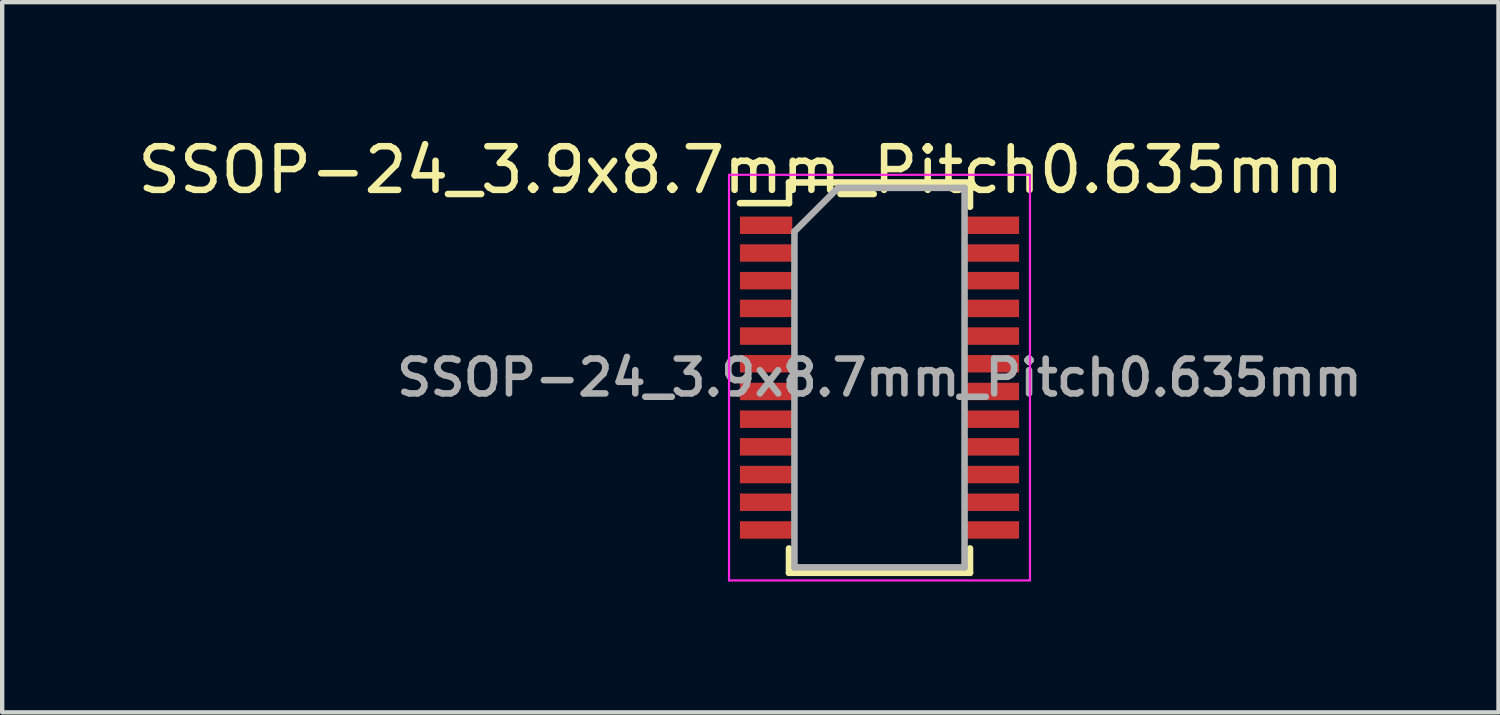
<source format=kicad_pcb>
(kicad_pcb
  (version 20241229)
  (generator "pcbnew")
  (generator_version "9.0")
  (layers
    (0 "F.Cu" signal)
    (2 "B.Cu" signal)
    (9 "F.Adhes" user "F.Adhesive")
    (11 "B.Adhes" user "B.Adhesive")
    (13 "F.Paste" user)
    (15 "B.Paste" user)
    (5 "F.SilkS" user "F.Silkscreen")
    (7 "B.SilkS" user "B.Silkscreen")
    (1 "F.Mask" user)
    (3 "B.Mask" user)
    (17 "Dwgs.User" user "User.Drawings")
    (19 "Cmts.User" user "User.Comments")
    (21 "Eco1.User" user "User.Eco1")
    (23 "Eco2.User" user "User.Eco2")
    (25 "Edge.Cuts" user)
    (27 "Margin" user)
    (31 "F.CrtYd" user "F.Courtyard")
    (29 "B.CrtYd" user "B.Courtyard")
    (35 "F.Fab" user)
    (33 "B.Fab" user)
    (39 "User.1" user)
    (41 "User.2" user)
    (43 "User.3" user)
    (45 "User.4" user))
  (footprint "SSOP-24_3.9x8.7mm_Pitch0.635mm"
    (layer "F.Cu")
    (at 17.115 5.608)
    (property "Reference" "SSOP-24_3.9x8.7mm_Pitch0.635mm" (at -3.18 -4.76 0) (layer "F.SilkS") (effects (font (size 1 1) (thickness 0.15))))
    (attr smd)
    (fp_line (start -2.075 -4.475) (end -2.075 -4) (stroke (width 0.15) (type solid)) (layer "F.SilkS"))
    (fp_line (start -2.075 -4.475) (end 2.075 -4.475) (stroke (width 0.15) (type solid)) (layer "F.SilkS"))
    (fp_line (start -2.075 -4) (end -3.2 -4) (stroke (width 0.15) (type solid)) (layer "F.SilkS"))
    (fp_line (start -2.075 4.475) (end -2.075 3.917) (stroke (width 0.15) (type solid)) (layer "F.SilkS"))
    (fp_line (start -2.075 4.475) (end 2.075 4.475) (stroke (width 0.15) (type solid)) (layer "F.SilkS"))
    (fp_line (start 2.075 -4.475) (end 2.075 -3.917) (stroke (width 0.15) (type solid)) (layer "F.SilkS"))
    (fp_line (start 2.075 4.475) (end 2.075 3.917) (stroke (width 0.15) (type solid)) (layer "F.SilkS"))
    (fp_line (start -3.45 -4.65) (end -3.45 4.65) (stroke (width 0.05) (type solid)) (layer "F.CrtYd"))
    (fp_line (start -3.45 -4.65) (end 3.45 -4.65) (stroke (width 0.05) (type solid)) (layer "F.CrtYd"))
    (fp_line (start -3.45 4.65) (end 3.45 4.65) (stroke (width 0.05) (type solid)) (layer "F.CrtYd"))
    (fp_line (start 3.45 -4.65) (end 3.45 4.65) (stroke (width 0.05) (type solid)) (layer "F.CrtYd"))
    (fp_line (start -1.95 -3.35) (end -0.95 -4.35) (stroke (width 0.15) (type solid)) (layer "F.Fab"))
    (fp_line (start -1.95 4.35) (end -1.95 -3.35) (stroke (width 0.15) (type solid)) (layer "F.Fab"))
    (fp_line (start -0.95 -4.35) (end 1.95 -4.35) (stroke (width 0.15) (type solid)) (layer "F.Fab"))
    (fp_line (start 1.95 -4.35) (end 1.95 4.35) (stroke (width 0.15) (type solid)) (layer "F.Fab"))
    (fp_line (start 1.95 4.35) (end -1.95 4.35) (stroke (width 0.15) (type solid)) (layer "F.Fab"))
    (fp_text user "${REFERENCE}" (at 0 0 0) (layer "F.Fab") (effects (font (size 0.8 0.8) (thickness 0.15))))
    (pad "1" smd rect (at -2.6 -3.493) (size 1.2 0.4) (layers "F.Cu" "F.Mask" "F.Paste"))
    (pad "2" smd rect (at -2.6 -2.857) (size 1.2 0.4) (layers "F.Cu" "F.Mask" "F.Paste"))
    (pad "3" smd rect (at -2.6 -2.223) (size 1.2 0.4) (layers "F.Cu" "F.Mask" "F.Paste"))
    (pad "4" smd rect (at -2.6 -1.587) (size 1.2 0.4) (layers "F.Cu" "F.Mask" "F.Paste"))
    (pad "5" smd rect (at -2.6 -0.953) (size 1.2 0.4) (layers "F.Cu" "F.Mask" "F.Paste"))
    (pad "6" smd rect (at -2.6 -0.318) (size 1.2 0.4) (layers "F.Cu" "F.Mask" "F.Paste"))
    (pad "7" smd rect (at -2.6 0.318) (size 1.2 0.4) (layers "F.Cu" "F.Mask" "F.Paste"))
    (pad "8" smd rect (at -2.6 0.953) (size 1.2 0.4) (layers "F.Cu" "F.Mask" "F.Paste"))
    (pad "9" smd rect (at -2.6 1.587) (size 1.2 0.4) (layers "F.Cu" "F.Mask" "F.Paste"))
    (pad "10" smd rect (at -2.6 2.223) (size 1.2 0.4) (layers "F.Cu" "F.Mask" "F.Paste"))
    (pad "11" smd rect (at -2.6 2.857) (size 1.2 0.4) (layers "F.Cu" "F.Mask" "F.Paste"))
    (pad "12" smd rect (at -2.6 3.493) (size 1.2 0.4) (layers "F.Cu" "F.Mask" "F.Paste"))
    (pad "13" smd rect (at 2.6 3.493) (size 1.2 0.4) (layers "F.Cu" "F.Mask" "F.Paste"))
    (pad "14" smd rect (at 2.6 2.857) (size 1.2 0.4) (layers "F.Cu" "F.Mask" "F.Paste"))
    (pad "15" smd rect (at 2.6 2.223) (size 1.2 0.4) (layers "F.Cu" "F.Mask" "F.Paste"))
    (pad "16" smd rect (at 2.6 1.587) (size 1.2 0.4) (layers "F.Cu" "F.Mask" "F.Paste"))
    (pad "17" smd rect (at 2.6 0.953) (size 1.2 0.4) (layers "F.Cu" "F.Mask" "F.Paste"))
    (pad "18" smd rect (at 2.6 0.318) (size 1.2 0.4) (layers "F.Cu" "F.Mask" "F.Paste"))
    (pad "19" smd rect (at 2.6 -0.318) (size 1.2 0.4) (layers "F.Cu" "F.Mask" "F.Paste"))
    (pad "20" smd rect (at 2.6 -0.953) (size 1.2 0.4) (layers "F.Cu" "F.Mask" "F.Paste"))
    (pad "21" smd rect (at 2.6 -1.587) (size 1.2 0.4) (layers "F.Cu" "F.Mask" "F.Paste"))
    (pad "22" smd rect (at 2.6 -2.223) (size 1.2 0.4) (layers "F.Cu" "F.Mask" "F.Paste"))
    (pad "23" smd rect (at 2.6 -2.857) (size 1.2 0.4) (layers "F.Cu" "F.Mask" "F.Paste"))
    (pad "24" smd rect (at 2.6 -3.493) (size 1.2 0.4) (layers "F.Cu" "F.Mask" "F.Paste")))
  (gr_rect
    (start -3 -3)
    (end 31.307 13.283)
    (stroke (width 0.1) (type default))
    (fill no)
    (layer "Edge.Cuts")))
</source>
